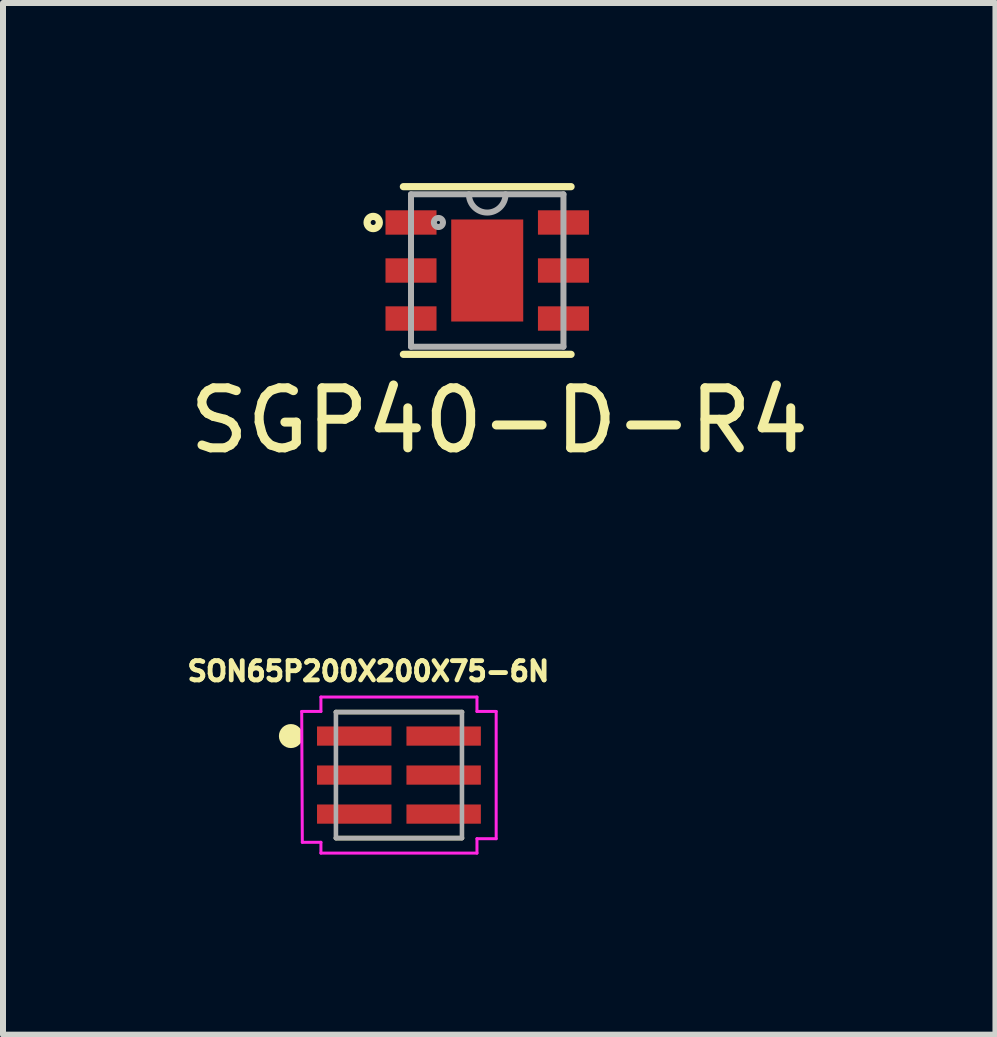
<source format=kicad_pcb>
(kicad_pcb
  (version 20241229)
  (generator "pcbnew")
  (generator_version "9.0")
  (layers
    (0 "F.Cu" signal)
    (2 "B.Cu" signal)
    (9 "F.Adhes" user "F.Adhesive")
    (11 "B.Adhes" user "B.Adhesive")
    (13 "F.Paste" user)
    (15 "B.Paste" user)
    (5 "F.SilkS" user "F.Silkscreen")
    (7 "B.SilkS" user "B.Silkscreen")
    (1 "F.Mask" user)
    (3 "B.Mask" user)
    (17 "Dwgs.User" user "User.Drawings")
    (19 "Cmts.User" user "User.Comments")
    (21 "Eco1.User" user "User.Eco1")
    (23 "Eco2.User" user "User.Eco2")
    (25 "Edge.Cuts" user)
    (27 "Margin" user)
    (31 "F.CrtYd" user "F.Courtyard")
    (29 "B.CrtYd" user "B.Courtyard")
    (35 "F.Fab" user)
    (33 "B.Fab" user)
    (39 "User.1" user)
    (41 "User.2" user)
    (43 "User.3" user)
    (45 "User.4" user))
  (footprint "SON65P200X200X75-6N"
    (layer "F.Cu")
    (at 3.597 9.864)
    (property "Reference" "SON65P200X200X75-6N" (at -0.509 -1.73 0) (layer "F.SilkS") (effects (font (size 0.321 0.321) (thickness 0.15))))
    (attr through_hole)
    (fp_line (start -1.05 -1.05) (end 1.05 -1.05) (stroke (width 0.076) (type solid)) (layer "F.SilkS"))
    (fp_line (start 1.05 1.05) (end -1.05 1.05) (stroke (width 0.076) (type solid)) (layer "F.SilkS"))
    (fp_circle (center -1.8 -0.65) (end -1.7 -0.65) (stroke (width 0.2) (type solid)) (fill no) (layer "F.SilkS"))
    (fp_line (start -1.62 -1.06) (end -1.3 -1.06) (stroke (width 0.05) (type solid)) (layer "F.CrtYd"))
    (fp_line (start -1.61 1.12) (end -1.62 -1.06) (stroke (width 0.05) (type solid)) (layer "F.CrtYd"))
    (fp_line (start -1.3 -1.3) (end 1.3 -1.3) (stroke (width 0.05) (type solid)) (layer "F.CrtYd"))
    (fp_line (start -1.3 -1.06) (end -1.3 -1.3) (stroke (width 0.05) (type solid)) (layer "F.CrtYd"))
    (fp_line (start -1.3 1.12) (end -1.61 1.12) (stroke (width 0.05) (type solid)) (layer "F.CrtYd"))
    (fp_line (start -1.3 1.3) (end -1.3 1.12) (stroke (width 0.05) (type solid)) (layer "F.CrtYd"))
    (fp_line (start 1.3 -1.3) (end 1.3 -1.06) (stroke (width 0.05) (type solid)) (layer "F.CrtYd"))
    (fp_line (start 1.3 -1.06) (end 1.62 -1.06) (stroke (width 0.05) (type solid)) (layer "F.CrtYd"))
    (fp_line (start 1.3 1.06) (end 1.3 1.3) (stroke (width 0.05) (type solid)) (layer "F.CrtYd"))
    (fp_line (start 1.3 1.3) (end -1.3 1.3) (stroke (width 0.05) (type solid)) (layer "F.CrtYd"))
    (fp_line (start 1.62 -1.06) (end 1.62 1.06) (stroke (width 0.05) (type solid)) (layer "F.CrtYd"))
    (fp_line (start 1.62 1.06) (end 1.3 1.06) (stroke (width 0.05) (type solid)) (layer "F.CrtYd"))
    (fp_line (start -1.05 -1.05) (end 1.05 -1.05) (stroke (width 0.076) (type solid)) (layer "F.Fab"))
    (fp_line (start -1.05 1.05) (end -1.05 -1.05) (stroke (width 0.076) (type solid)) (layer "F.Fab"))
    (fp_line (start 1.05 -1.05) (end 1.05 1.05) (stroke (width 0.076) (type solid)) (layer "F.Fab"))
    (fp_line (start 1.05 1.05) (end -1.05 1.05) (stroke (width 0.076) (type solid)) (layer "F.Fab"))
    (pad "1" smd rect (at -0.745 -0.65) (size 1.24 0.32) (layers "F.Cu" "F.Mask" "F.Paste"))
    (pad "2" smd rect (at -0.745 0) (size 1.24 0.32) (layers "F.Cu" "F.Mask" "F.Paste"))
    (pad "3" smd rect (at -0.745 0.65) (size 1.24 0.32) (layers "F.Cu" "F.Mask" "F.Paste"))
    (pad "4" smd rect (at 0.745 0.65) (size 1.24 0.32) (layers "F.Cu" "F.Mask" "F.Paste"))
    (pad "5" smd rect (at 0.745 0) (size 1.24 0.32) (layers "F.Cu" "F.Mask" "F.Paste"))
    (pad "6" smd rect (at 0.745 -0.65) (size 1.24 0.32) (layers "F.Cu" "F.Mask" "F.Paste")))
  (footprint "SGP40-D-R4"
    (layer "F.Cu")
    (at 5.068 1.457)
    (property "Reference" "SGP40-D-R4" (at 0.2 2.5 0) (layer "F.SilkS") (effects (font (size 1 1) (thickness 0.15))))
    (attr through_hole)
    (fp_line (start -1.397 1.397) (end 1.397 1.397) (stroke (width 0.12) (type solid)) (layer "F.SilkS"))
    (fp_line (start 1.397 -1.397) (end -1.397 -1.397) (stroke (width 0.12) (type solid)) (layer "F.SilkS"))
    (fp_circle (center -1.9 -0.8) (end -1.798 -0.8) (stroke (width 0.12) (type solid)) (fill no) (layer "F.SilkS"))
    (fp_line (start -1.27 -1.27) (end -1.27 1.27) (stroke (width 0.1) (type solid)) (layer "F.Fab"))
    (fp_line (start -1.27 1.27) (end 1.27 1.27) (stroke (width 0.1) (type solid)) (layer "F.Fab"))
    (fp_line (start 1.27 -1.27) (end -1.27 -1.27) (stroke (width 0.1) (type solid)) (layer "F.Fab"))
    (fp_line (start 1.27 1.27) (end 1.27 -1.27) (stroke (width 0.1) (type solid)) (layer "F.Fab"))
    (fp_arc (start 0.3048 -1.27) (mid 0 -0.9652) (end -0.3048 -1.27) (stroke (width 0.1) (type solid)) (layer "F.Fab"))
    (fp_circle (center -0.813 -0.8) (end -0.737 -0.8) (stroke (width 0.1) (type solid)) (fill no) (layer "F.Fab"))
    (pad "1" smd rect (at -1.27 -0.8) (size 0.85 0.406) (layers "F.Cu" "F.Mask" "F.Paste"))
    (pad "2" smd rect (at -1.27 0) (size 0.85 0.406) (layers "F.Cu" "F.Mask" "F.Paste"))
    (pad "3" smd rect (at -1.27 0.8) (size 0.85 0.406) (layers "F.Cu" "F.Mask" "F.Paste"))
    (pad "4" smd rect (at 1.27 0.8) (size 0.85 0.406) (layers "F.Cu" "F.Mask" "F.Paste"))
    (pad "5" smd rect (at 1.27 0) (size 0.85 0.406) (layers "F.Cu" "F.Mask" "F.Paste"))
    (pad "6" smd rect (at 1.27 -0.8) (size 0.85 0.406) (layers "F.Cu" "F.Mask" "F.Paste"))
    (pad "7" smd rect (at 0 0) (size 1.2 1.7) (layers "F.Cu" "F.Mask" "F.Paste")))
  (gr_rect
    (start -3 -3)
    (end 13.536 14.189)
    (stroke (width 0.1) (type default))
    (fill no)
    (layer "Edge.Cuts")))
</source>
